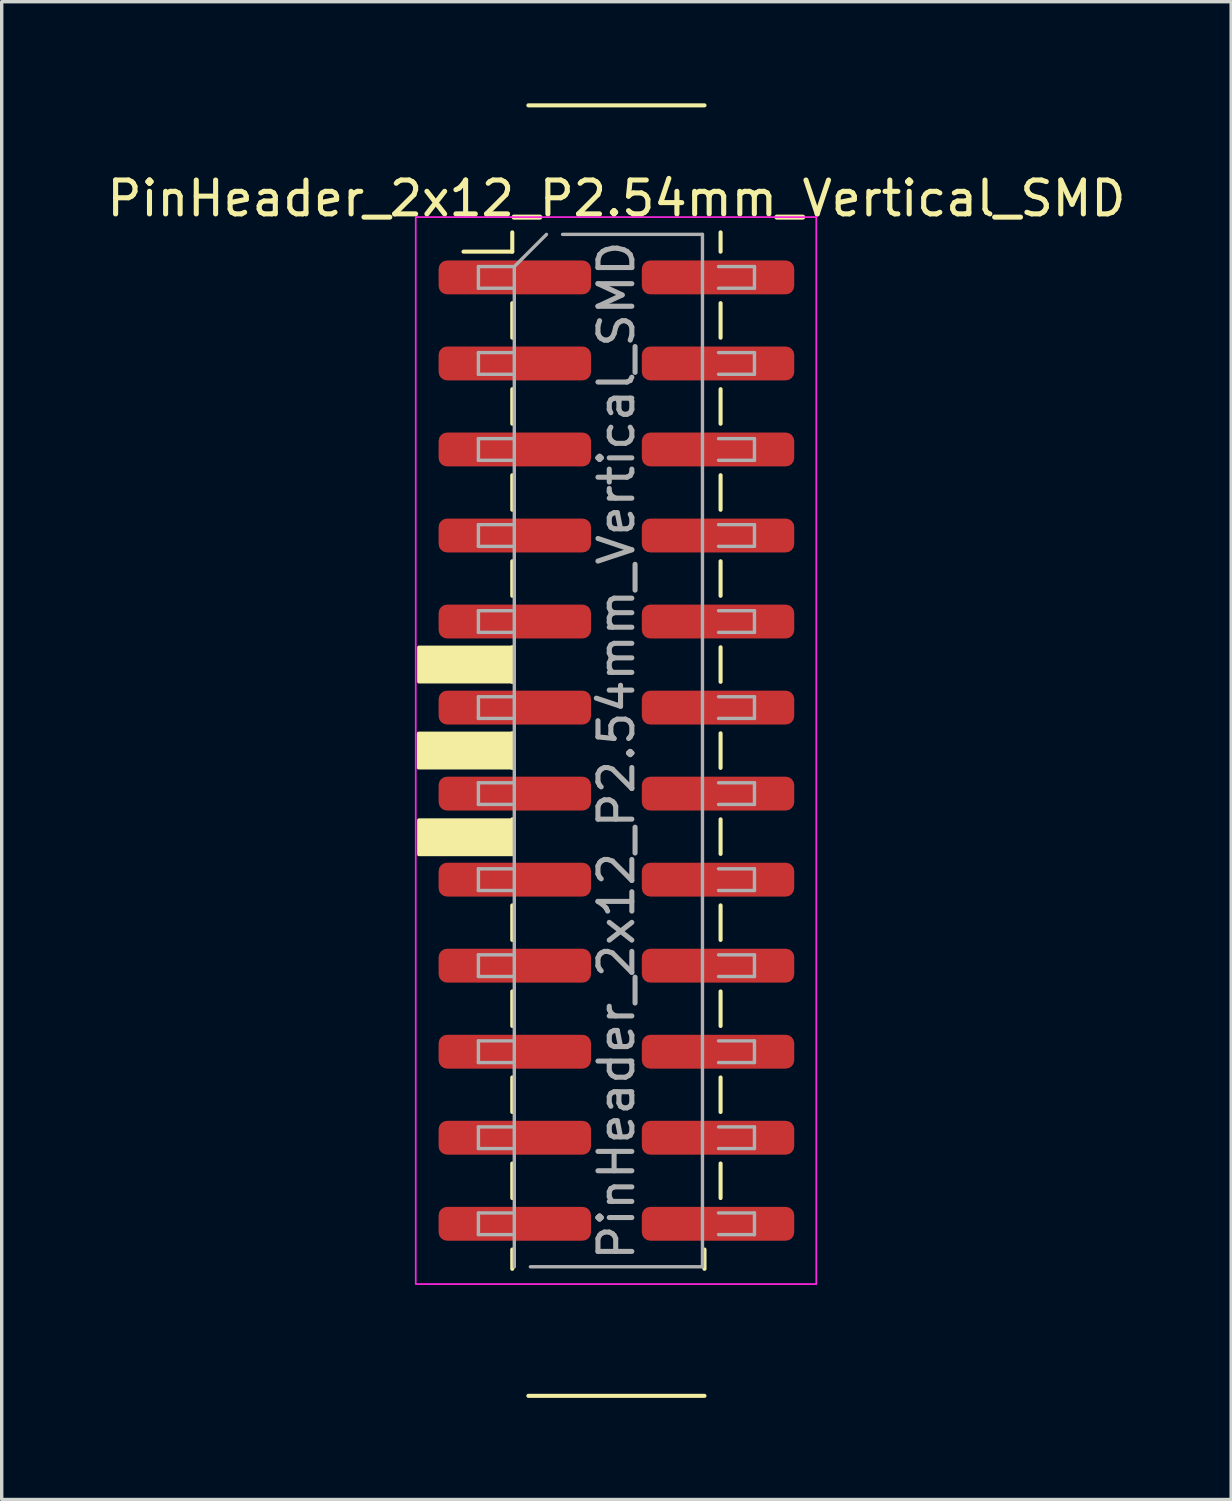
<source format=kicad_pcb>
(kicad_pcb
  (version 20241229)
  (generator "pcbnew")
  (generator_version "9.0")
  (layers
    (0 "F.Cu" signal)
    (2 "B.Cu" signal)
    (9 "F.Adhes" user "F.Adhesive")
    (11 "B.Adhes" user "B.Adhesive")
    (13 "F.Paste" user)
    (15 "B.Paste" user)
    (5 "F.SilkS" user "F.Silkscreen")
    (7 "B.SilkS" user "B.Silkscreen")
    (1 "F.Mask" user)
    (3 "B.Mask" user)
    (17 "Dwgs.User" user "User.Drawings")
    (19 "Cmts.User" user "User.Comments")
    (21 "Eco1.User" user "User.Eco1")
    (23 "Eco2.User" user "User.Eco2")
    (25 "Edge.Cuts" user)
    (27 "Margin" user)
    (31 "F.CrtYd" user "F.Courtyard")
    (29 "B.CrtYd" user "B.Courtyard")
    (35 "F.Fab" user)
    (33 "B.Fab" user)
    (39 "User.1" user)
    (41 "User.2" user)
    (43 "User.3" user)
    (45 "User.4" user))
  (footprint "PinHeader_2x12_P2.54mm_Vertical_SMD"
    (layer "F.Cu")
    (at 15.149 19.11)
    (property "Reference" "PinHeader_2x12_P2.54mm_Vertical_SMD" (at 0 -16.3 0) (layer "F.SilkS") (effects (font (size 1 1) (thickness 0.15))))
    (attr smd)
    (fp_line (start -4.515 -14.73) (end -3.075 -14.73) (stroke (width 0.12) (type solid)) (layer "F.SilkS"))
    (fp_line (start -3.075 -15.3) (end -3.075 -14.73) (stroke (width 0.12) (type solid)) (layer "F.SilkS"))
    (fp_line (start -3.075 -13.21) (end -3.075 -12.19) (stroke (width 0.12) (type solid)) (layer "F.SilkS"))
    (fp_line (start -3.075 -10.67) (end -3.075 -9.65) (stroke (width 0.12) (type solid)) (layer "F.SilkS"))
    (fp_line (start -3.075 -8.13) (end -3.075 -7.11) (stroke (width 0.12) (type solid)) (layer "F.SilkS"))
    (fp_line (start -3.075 -5.59) (end -3.075 -4.57) (stroke (width 0.12) (type solid)) (layer "F.SilkS"))
    (fp_line (start -3.075 -3.05) (end -3.075 -2.03) (stroke (width 0.12) (type solid)) (layer "F.SilkS"))
    (fp_line (start -3.075 -0.51) (end -3.075 0.51) (stroke (width 0.12) (type solid)) (layer "F.SilkS"))
    (fp_line (start -3.075 2.03) (end -3.075 3.05) (stroke (width 0.12) (type solid)) (layer "F.SilkS"))
    (fp_line (start -3.075 4.57) (end -3.075 5.59) (stroke (width 0.12) (type solid)) (layer "F.SilkS"))
    (fp_line (start -3.075 7.11) (end -3.075 8.13) (stroke (width 0.12) (type solid)) (layer "F.SilkS"))
    (fp_line (start -3.075 9.65) (end -3.075 10.67) (stroke (width 0.12) (type solid)) (layer "F.SilkS"))
    (fp_line (start -3.075 12.19) (end -3.075 13.21) (stroke (width 0.12) (type solid)) (layer "F.SilkS"))
    (fp_line (start -3.075 14.73) (end -3.075 15.3) (stroke (width 0.12) (type solid)) (layer "F.SilkS"))
    (fp_line (start -2.6 -19.05) (end 2.6 -19.05) (stroke (width 0.12) (type solid)) (layer "F.SilkS"))
    (fp_line (start -2.6 19.05) (end 2.6 19.05) (stroke (width 0.12) (type solid)) (layer "F.SilkS"))
    (fp_line (start 2.6 14.73) (end 2.6 15.3) (stroke (width 0.12) (type solid)) (layer "F.SilkS"))
    (fp_line (start 3.075 -15.3) (end 3.075 -14.73) (stroke (width 0.12) (type solid)) (layer "F.SilkS"))
    (fp_line (start 3.075 -13.21) (end 3.075 -12.19) (stroke (width 0.12) (type solid)) (layer "F.SilkS"))
    (fp_line (start 3.075 -10.67) (end 3.075 -9.65) (stroke (width 0.12) (type solid)) (layer "F.SilkS"))
    (fp_line (start 3.075 -8.13) (end 3.075 -7.11) (stroke (width 0.12) (type solid)) (layer "F.SilkS"))
    (fp_line (start 3.075 -5.59) (end 3.075 -4.57) (stroke (width 0.12) (type solid)) (layer "F.SilkS"))
    (fp_line (start 3.075 -3.05) (end 3.075 -2.03) (stroke (width 0.12) (type solid)) (layer "F.SilkS"))
    (fp_line (start 3.075 -0.51) (end 3.075 0.51) (stroke (width 0.12) (type solid)) (layer "F.SilkS"))
    (fp_line (start 3.075 2.03) (end 3.075 3.05) (stroke (width 0.12) (type solid)) (layer "F.SilkS"))
    (fp_line (start 3.075 4.57) (end 3.075 5.59) (stroke (width 0.12) (type solid)) (layer "F.SilkS"))
    (fp_line (start 3.075 7.11) (end 3.075 8.13) (stroke (width 0.12) (type solid)) (layer "F.SilkS"))
    (fp_line (start 3.075 9.65) (end 3.075 10.67) (stroke (width 0.12) (type solid)) (layer "F.SilkS"))
    (fp_line (start 3.075 12.19) (end 3.075 13.21) (stroke (width 0.12) (type solid)) (layer "F.SilkS"))
    (fp_rect (start -5.842 -0.51) (end -3.075 0.508) (stroke (width 0.1) (type solid)) (fill yes) (layer "F.SilkS"))
    (fp_rect (start -5.833 -3.05) (end -3.067 -2.032) (stroke (width 0.1) (type solid)) (fill yes) (layer "F.SilkS"))
    (fp_rect (start -5.833 2.05) (end -3.067 3.068) (stroke (width 0.1) (type solid)) (fill yes) (layer "F.SilkS"))
    (fp_line (start -5.925 -15.75) (end -5.925 15.75) (stroke (width 0.05) (type solid)) (layer "F.CrtYd"))
    (fp_line (start -5.9 15.75) (end 5.9 15.75) (stroke (width 0.05) (type solid)) (layer "F.CrtYd"))
    (fp_line (start 5.9 -15.75) (end -5.9 -15.75) (stroke (width 0.05) (type solid)) (layer "F.CrtYd"))
    (fp_line (start 5.9 15.75) (end 5.9 -15.75) (stroke (width 0.05) (type solid)) (layer "F.CrtYd"))
    (fp_line (start -4.075 -14.29) (end -4.075 -13.65) (stroke (width 0.1) (type solid)) (layer "F.Fab"))
    (fp_line (start -4.075 -13.65) (end -3.015 -13.65) (stroke (width 0.1) (type solid)) (layer "F.Fab"))
    (fp_line (start -4.075 -11.75) (end -4.075 -11.11) (stroke (width 0.1) (type solid)) (layer "F.Fab"))
    (fp_line (start -4.075 -11.11) (end -3.015 -11.11) (stroke (width 0.1) (type solid)) (layer "F.Fab"))
    (fp_line (start -4.075 -9.21) (end -4.075 -8.57) (stroke (width 0.1) (type solid)) (layer "F.Fab"))
    (fp_line (start -4.075 -8.57) (end -3.015 -8.57) (stroke (width 0.1) (type solid)) (layer "F.Fab"))
    (fp_line (start -4.075 -6.67) (end -4.075 -6.03) (stroke (width 0.1) (type solid)) (layer "F.Fab"))
    (fp_line (start -4.075 -6.03) (end -3.015 -6.03) (stroke (width 0.1) (type solid)) (layer "F.Fab"))
    (fp_line (start -4.075 -4.13) (end -4.075 -3.49) (stroke (width 0.1) (type solid)) (layer "F.Fab"))
    (fp_line (start -4.075 -3.49) (end -3.015 -3.49) (stroke (width 0.1) (type solid)) (layer "F.Fab"))
    (fp_line (start -4.075 -1.59) (end -4.075 -0.95) (stroke (width 0.1) (type solid)) (layer "F.Fab"))
    (fp_line (start -4.075 -0.95) (end -3.015 -0.95) (stroke (width 0.1) (type solid)) (layer "F.Fab"))
    (fp_line (start -4.075 0.95) (end -4.075 1.59) (stroke (width 0.1) (type solid)) (layer "F.Fab"))
    (fp_line (start -4.075 1.59) (end -3.015 1.59) (stroke (width 0.1) (type solid)) (layer "F.Fab"))
    (fp_line (start -4.075 3.49) (end -4.075 4.13) (stroke (width 0.1) (type solid)) (layer "F.Fab"))
    (fp_line (start -4.075 4.13) (end -3.015 4.13) (stroke (width 0.1) (type solid)) (layer "F.Fab"))
    (fp_line (start -4.075 6.03) (end -4.075 6.67) (stroke (width 0.1) (type solid)) (layer "F.Fab"))
    (fp_line (start -4.075 6.67) (end -3.015 6.67) (stroke (width 0.1) (type solid)) (layer "F.Fab"))
    (fp_line (start -4.075 8.57) (end -4.075 9.21) (stroke (width 0.1) (type solid)) (layer "F.Fab"))
    (fp_line (start -4.075 9.21) (end -3.015 9.21) (stroke (width 0.1) (type solid)) (layer "F.Fab"))
    (fp_line (start -4.075 11.11) (end -4.075 11.75) (stroke (width 0.1) (type solid)) (layer "F.Fab"))
    (fp_line (start -4.075 11.75) (end -3.015 11.75) (stroke (width 0.1) (type solid)) (layer "F.Fab"))
    (fp_line (start -4.075 13.65) (end -4.075 14.29) (stroke (width 0.1) (type solid)) (layer "F.Fab"))
    (fp_line (start -4.075 14.29) (end -3.015 14.29) (stroke (width 0.1) (type solid)) (layer "F.Fab"))
    (fp_line (start -3.015 -14.29) (end -4.075 -14.29) (stroke (width 0.1) (type solid)) (layer "F.Fab"))
    (fp_line (start -3.015 -14.29) (end -2.065 -15.24) (stroke (width 0.1) (type solid)) (layer "F.Fab"))
    (fp_line (start -3.015 -11.75) (end -4.075 -11.75) (stroke (width 0.1) (type solid)) (layer "F.Fab"))
    (fp_line (start -3.015 -9.21) (end -4.075 -9.21) (stroke (width 0.1) (type solid)) (layer "F.Fab"))
    (fp_line (start -3.015 -6.67) (end -4.075 -6.67) (stroke (width 0.1) (type solid)) (layer "F.Fab"))
    (fp_line (start -3.015 -4.13) (end -4.075 -4.13) (stroke (width 0.1) (type solid)) (layer "F.Fab"))
    (fp_line (start -3.015 -1.59) (end -4.075 -1.59) (stroke (width 0.1) (type solid)) (layer "F.Fab"))
    (fp_line (start -3.015 0.95) (end -4.075 0.95) (stroke (width 0.1) (type solid)) (layer "F.Fab"))
    (fp_line (start -3.015 3.49) (end -4.075 3.49) (stroke (width 0.1) (type solid)) (layer "F.Fab"))
    (fp_line (start -3.015 6.03) (end -4.075 6.03) (stroke (width 0.1) (type solid)) (layer "F.Fab"))
    (fp_line (start -3.015 8.57) (end -4.075 8.57) (stroke (width 0.1) (type solid)) (layer "F.Fab"))
    (fp_line (start -3.015 11.11) (end -4.075 11.11) (stroke (width 0.1) (type solid)) (layer "F.Fab"))
    (fp_line (start -3.015 13.65) (end -4.075 13.65) (stroke (width 0.1) (type solid)) (layer "F.Fab"))
    (fp_line (start -3.015 15.24) (end -3.015 -14.29) (stroke (width 0.1) (type solid)) (layer "F.Fab"))
    (fp_line (start -1.59 -15.24) (end 2.54 -15.24) (stroke (width 0.1) (type solid)) (layer "F.Fab"))
    (fp_line (start 2.54 -15.24) (end 2.54 15.24) (stroke (width 0.1) (type solid)) (layer "F.Fab"))
    (fp_line (start 2.54 15.24) (end -2.54 15.24) (stroke (width 0.1) (type solid)) (layer "F.Fab"))
    (fp_line (start 3.015 -14.29) (end 4.075 -14.29) (stroke (width 0.1) (type solid)) (layer "F.Fab"))
    (fp_line (start 3.015 -11.75) (end 4.075 -11.75) (stroke (width 0.1) (type solid)) (layer "F.Fab"))
    (fp_line (start 3.015 -9.21) (end 4.075 -9.21) (stroke (width 0.1) (type solid)) (layer "F.Fab"))
    (fp_line (start 3.015 -6.67) (end 4.075 -6.67) (stroke (width 0.1) (type solid)) (layer "F.Fab"))
    (fp_line (start 3.015 -4.13) (end 4.075 -4.13) (stroke (width 0.1) (type solid)) (layer "F.Fab"))
    (fp_line (start 3.015 -1.59) (end 4.075 -1.59) (stroke (width 0.1) (type solid)) (layer "F.Fab"))
    (fp_line (start 3.015 0.95) (end 4.075 0.95) (stroke (width 0.1) (type solid)) (layer "F.Fab"))
    (fp_line (start 3.015 3.49) (end 4.075 3.49) (stroke (width 0.1) (type solid)) (layer "F.Fab"))
    (fp_line (start 3.015 6.03) (end 4.075 6.03) (stroke (width 0.1) (type solid)) (layer "F.Fab"))
    (fp_line (start 3.015 8.57) (end 4.075 8.57) (stroke (width 0.1) (type solid)) (layer "F.Fab"))
    (fp_line (start 3.015 11.11) (end 4.075 11.11) (stroke (width 0.1) (type solid)) (layer "F.Fab"))
    (fp_line (start 3.015 13.65) (end 4.075 13.65) (stroke (width 0.1) (type solid)) (layer "F.Fab"))
    (fp_line (start 4.075 -14.29) (end 4.075 -13.65) (stroke (width 0.1) (type solid)) (layer "F.Fab"))
    (fp_line (start 4.075 -13.65) (end 3.015 -13.65) (stroke (width 0.1) (type solid)) (layer "F.Fab"))
    (fp_line (start 4.075 -11.75) (end 4.075 -11.11) (stroke (width 0.1) (type solid)) (layer "F.Fab"))
    (fp_line (start 4.075 -11.11) (end 3.015 -11.11) (stroke (width 0.1) (type solid)) (layer "F.Fab"))
    (fp_line (start 4.075 -9.21) (end 4.075 -8.57) (stroke (width 0.1) (type solid)) (layer "F.Fab"))
    (fp_line (start 4.075 -8.57) (end 3.015 -8.57) (stroke (width 0.1) (type solid)) (layer "F.Fab"))
    (fp_line (start 4.075 -6.67) (end 4.075 -6.03) (stroke (width 0.1) (type solid)) (layer "F.Fab"))
    (fp_line (start 4.075 -6.03) (end 3.015 -6.03) (stroke (width 0.1) (type solid)) (layer "F.Fab"))
    (fp_line (start 4.075 -4.13) (end 4.075 -3.49) (stroke (width 0.1) (type solid)) (layer "F.Fab"))
    (fp_line (start 4.075 -3.49) (end 3.015 -3.49) (stroke (width 0.1) (type solid)) (layer "F.Fab"))
    (fp_line (start 4.075 -1.59) (end 4.075 -0.95) (stroke (width 0.1) (type solid)) (layer "F.Fab"))
    (fp_line (start 4.075 -0.95) (end 3.015 -0.95) (stroke (width 0.1) (type solid)) (layer "F.Fab"))
    (fp_line (start 4.075 0.95) (end 4.075 1.59) (stroke (width 0.1) (type solid)) (layer "F.Fab"))
    (fp_line (start 4.075 1.59) (end 3.015 1.59) (stroke (width 0.1) (type solid)) (layer "F.Fab"))
    (fp_line (start 4.075 3.49) (end 4.075 4.13) (stroke (width 0.1) (type solid)) (layer "F.Fab"))
    (fp_line (start 4.075 4.13) (end 3.015 4.13) (stroke (width 0.1) (type solid)) (layer "F.Fab"))
    (fp_line (start 4.075 6.03) (end 4.075 6.67) (stroke (width 0.1) (type solid)) (layer "F.Fab"))
    (fp_line (start 4.075 6.67) (end 3.015 6.67) (stroke (width 0.1) (type solid)) (layer "F.Fab"))
    (fp_line (start 4.075 8.57) (end 4.075 9.21) (stroke (width 0.1) (type solid)) (layer "F.Fab"))
    (fp_line (start 4.075 9.21) (end 3.015 9.21) (stroke (width 0.1) (type solid)) (layer "F.Fab"))
    (fp_line (start 4.075 11.11) (end 4.075 11.75) (stroke (width 0.1) (type solid)) (layer "F.Fab"))
    (fp_line (start 4.075 11.75) (end 3.015 11.75) (stroke (width 0.1) (type solid)) (layer "F.Fab"))
    (fp_line (start 4.075 13.65) (end 4.075 14.29) (stroke (width 0.1) (type solid)) (layer "F.Fab"))
    (fp_line (start 4.075 14.29) (end 3.015 14.29) (stroke (width 0.1) (type solid)) (layer "F.Fab"))
    (fp_text user "${REFERENCE}" (at 0 0 90) (layer "F.Fab") (effects (font (size 1 1) (thickness 0.15))))
    (pad "1" smd roundrect (at -3 -13.97) (size 4.5 1) (layers "F.Cu" "F.Mask" "F.Paste") (roundrect_rratio 0.25))
    (pad "2" smd roundrect (at 3 -13.97) (size 4.5 1) (layers "F.Cu" "F.Mask" "F.Paste") (roundrect_rratio 0.25))
    (pad "3" smd roundrect (at -3 -11.43) (size 4.5 1) (layers "F.Cu" "F.Mask" "F.Paste") (roundrect_rratio 0.25))
    (pad "4" smd roundrect (at 3 -11.43) (size 4.5 1) (layers "F.Cu" "F.Mask" "F.Paste") (roundrect_rratio 0.25))
    (pad "5" smd roundrect (at -3 -8.89) (size 4.5 1) (layers "F.Cu" "F.Mask" "F.Paste") (roundrect_rratio 0.25))
    (pad "6" smd roundrect (at 3 -8.89) (size 4.5 1) (layers "F.Cu" "F.Mask" "F.Paste") (roundrect_rratio 0.25))
    (pad "7" smd roundrect (at -3 -6.35) (size 4.5 1) (layers "F.Cu" "F.Mask" "F.Paste") (roundrect_rratio 0.25))
    (pad "8" smd roundrect (at 3 -6.35) (size 4.5 1) (layers "F.Cu" "F.Mask" "F.Paste") (roundrect_rratio 0.25))
    (pad "9" smd roundrect (at -3 -3.81) (size 4.5 1) (layers "F.Cu" "F.Mask" "F.Paste") (roundrect_rratio 0.25))
    (pad "10" smd roundrect (at 3 -3.81) (size 4.5 1) (layers "F.Cu" "F.Mask" "F.Paste") (roundrect_rratio 0.25))
    (pad "11" smd roundrect (at -3 -1.27) (size 4.5 1) (layers "F.Cu" "F.Mask" "F.Paste") (roundrect_rratio 0.25))
    (pad "12" smd roundrect (at 3 -1.27) (size 4.5 1) (layers "F.Cu" "F.Mask" "F.Paste") (roundrect_rratio 0.25))
    (pad "13" smd roundrect (at -3 1.27) (size 4.5 1) (layers "F.Cu" "F.Mask" "F.Paste") (roundrect_rratio 0.25))
    (pad "14" smd roundrect (at 3 1.27) (size 4.5 1) (layers "F.Cu" "F.Mask" "F.Paste") (roundrect_rratio 0.25))
    (pad "15" smd roundrect (at -3 3.81) (size 4.5 1) (layers "F.Cu" "F.Mask" "F.Paste") (roundrect_rratio 0.25))
    (pad "16" smd roundrect (at 3 3.81) (size 4.5 1) (layers "F.Cu" "F.Mask" "F.Paste") (roundrect_rratio 0.25))
    (pad "17" smd roundrect (at -3 6.35) (size 4.5 1) (layers "F.Cu" "F.Mask" "F.Paste") (roundrect_rratio 0.25))
    (pad "18" smd roundrect (at 3 6.35) (size 4.5 1) (layers "F.Cu" "F.Mask" "F.Paste") (roundrect_rratio 0.25))
    (pad "19" smd roundrect (at -3 8.89) (size 4.5 1) (layers "F.Cu" "F.Mask" "F.Paste") (roundrect_rratio 0.25))
    (pad "20" smd roundrect (at 3 8.89) (size 4.5 1) (layers "F.Cu" "F.Mask" "F.Paste") (roundrect_rratio 0.25))
    (pad "21" smd roundrect (at -3 11.43) (size 4.5 1) (layers "F.Cu" "F.Mask" "F.Paste") (roundrect_rratio 0.25))
    (pad "22" smd roundrect (at 3 11.43) (size 4.5 1) (layers "F.Cu" "F.Mask" "F.Paste") (roundrect_rratio 0.25))
    (pad "23" smd roundrect (at -3 13.97) (size 4.5 1) (layers "F.Cu" "F.Mask" "F.Paste") (roundrect_rratio 0.25))
    (pad "24" smd roundrect (at 3 13.97) (size 4.5 1) (layers "F.Cu" "F.Mask" "F.Paste") (roundrect_rratio 0.25)))
  (gr_rect
    (start -3 -3)
    (end 33.298 41.22)
    (stroke (width 0.1) (type default))
    (fill no)
    (layer "Edge.Cuts")))
</source>
